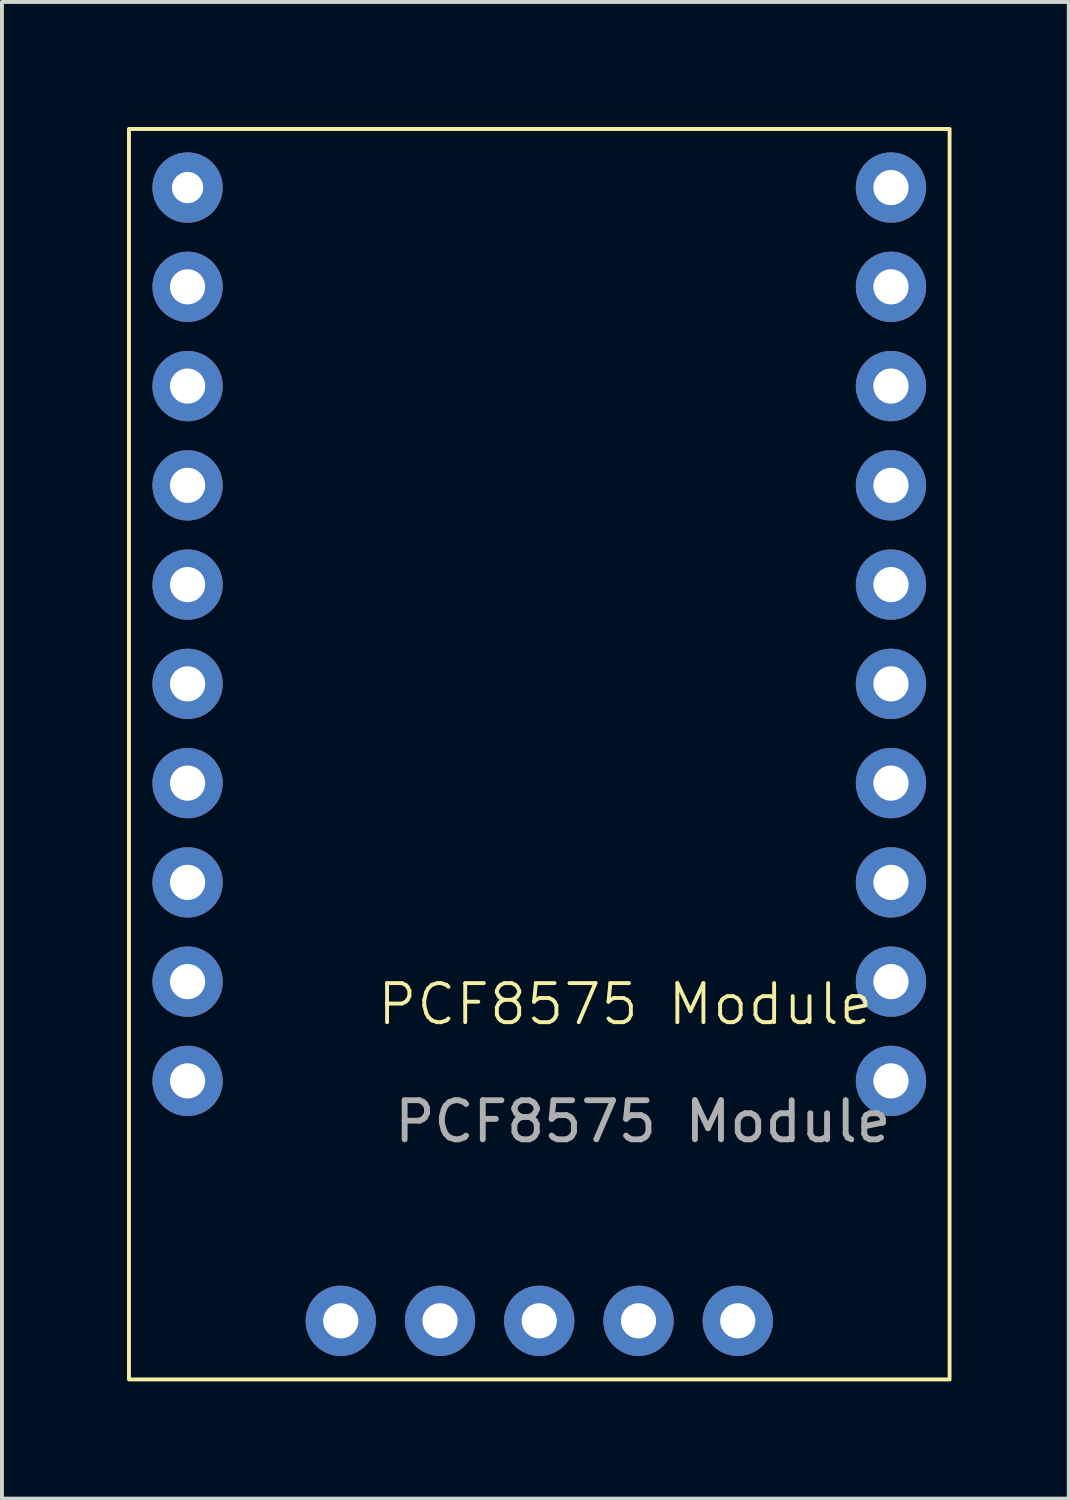
<source format=kicad_pcb>
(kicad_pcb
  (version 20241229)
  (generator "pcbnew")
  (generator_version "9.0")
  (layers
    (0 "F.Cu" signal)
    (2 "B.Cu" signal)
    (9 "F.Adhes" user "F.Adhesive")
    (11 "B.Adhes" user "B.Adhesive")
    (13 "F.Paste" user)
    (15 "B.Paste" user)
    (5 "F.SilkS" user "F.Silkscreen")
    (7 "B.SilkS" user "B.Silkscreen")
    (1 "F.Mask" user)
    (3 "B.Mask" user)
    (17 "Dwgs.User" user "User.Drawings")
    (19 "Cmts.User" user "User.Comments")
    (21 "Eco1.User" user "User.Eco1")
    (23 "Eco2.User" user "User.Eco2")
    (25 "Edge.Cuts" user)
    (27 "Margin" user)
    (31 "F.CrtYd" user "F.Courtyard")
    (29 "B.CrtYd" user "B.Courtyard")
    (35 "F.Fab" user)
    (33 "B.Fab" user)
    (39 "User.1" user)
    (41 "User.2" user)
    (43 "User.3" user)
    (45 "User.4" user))
  (footprint "PCF8575 Module"
    (layer "F.Cu")
    (at 0.25 0.25)
    (property "Reference" "PCF8575 Module" (at 12.7 22.4 0) (unlocked yes) (layer "F.SilkS") (effects (font (size 1 1) (thickness 0.1))))
    (attr through_hole)
    (fp_rect (start 0 0) (end 21 32) (stroke (width 0.1) (type default)) (fill no) (layer "F.SilkS"))
    (fp_text user "${REFERENCE}" (at 13.15 25.4 0) (unlocked yes) (layer "F.Fab") (effects (font (size 1 1) (thickness 0.15))))
    (pad "0" thru_hole circle (at 19.5 19.28) (size 1.8 1.8) (drill 0.9) (layers "*.Cu" "*.Mask"))
    (pad "1" thru_hole circle (at 19.5 16.74) (size 1.8 1.8) (drill 0.9) (layers "*.Cu" "*.Mask"))
    (pad "2" thru_hole circle (at 19.5 14.2) (size 1.8 1.8) (drill 0.9) (layers "*.Cu" "*.Mask"))
    (pad "3" thru_hole circle (at 19.5 11.66) (size 1.8 1.8) (drill 0.9) (layers "*.Cu" "*.Mask"))
    (pad "4" thru_hole circle (at 19.5 9.12) (size 1.8 1.8) (drill 0.9) (layers "*.Cu" "*.Mask"))
    (pad "5" thru_hole circle (at 19.5 6.58) (size 1.8 1.8) (drill 0.9) (layers "*.Cu" "*.Mask"))
    (pad "6" thru_hole circle (at 19.5 4.04) (size 1.8 1.8) (drill 0.9) (layers "*.Cu" "*.Mask"))
    (pad "7" thru_hole circle (at 19.5 1.5) (size 1.8 1.8) (drill 0.9) (layers "*.Cu" "*.Mask"))
    (pad "10" thru_hole circle (at 1.5 1.5) (size 1.8 1.8) (drill 0.8) (layers "*.Cu" "*.Mask"))
    (pad "11" thru_hole circle (at 1.5 4.04) (size 1.8 1.8) (drill 0.9) (layers "*.Cu" "*.Mask"))
    (pad "12" thru_hole circle (at 1.5 6.58) (size 1.8 1.8) (drill 0.9) (layers "*.Cu" "*.Mask"))
    (pad "13" thru_hole circle (at 1.5 9.12) (size 1.8 1.8) (drill 0.9) (layers "*.Cu" "*.Mask"))
    (pad "14" thru_hole circle (at 1.5 11.66) (size 1.8 1.8) (drill 0.9) (layers "*.Cu" "*.Mask"))
    (pad "15" thru_hole circle (at 1.5 14.2) (size 1.8 1.8) (drill 0.9) (layers "*.Cu" "*.Mask"))
    (pad "16" thru_hole circle (at 1.5 16.74) (size 1.8 1.8) (drill 0.9) (layers "*.Cu" "*.Mask"))
    (pad "17" thru_hole circle (at 1.5 19.28) (size 1.8 1.8) (drill 0.9) (layers "*.Cu" "*.Mask"))
    (pad "18" thru_hole circle (at 1.5 21.82) (size 1.8 1.8) (drill 0.9) (layers "*.Cu" "*.Mask"))
    (pad "18" thru_hole circle (at 19.5 21.82) (size 1.8 1.8) (drill 0.9) (layers "*.Cu" "*.Mask"))
    (pad "19" thru_hole circle (at 1.5 24.36) (size 1.8 1.8) (drill 0.9) (layers "*.Cu" "*.Mask"))
    (pad "19" thru_hole circle (at 5.42 30.5) (size 1.8 1.8) (drill 0.9) (layers "*.Cu" "*.Mask"))
    (pad "19" thru_hole circle (at 19.5 24.36) (size 1.8 1.8) (drill 0.9) (layers "*.Cu" "*.Mask"))
    (pad "20" thru_hole circle (at 7.96 30.5) (size 1.8 1.8) (drill 0.9) (layers "*.Cu" "*.Mask"))
    (pad "21" thru_hole circle (at 10.5 30.5) (size 1.8 1.8) (drill 0.9) (layers "*.Cu" "*.Mask"))
    (pad "22" thru_hole circle (at 13.04 30.5) (size 1.8 1.8) (drill 0.9) (layers "*.Cu" "*.Mask"))
    (pad "23" thru_hole circle (at 15.58 30.5) (size 1.8 1.8) (drill 0.9) (layers "*.Cu" "*.Mask")))
  (gr_rect
    (start -3 -3)
    (end 24.3 35.3)
    (stroke (width 0.1) (type default))
    (fill no)
    (layer "Edge.Cuts")))
</source>
